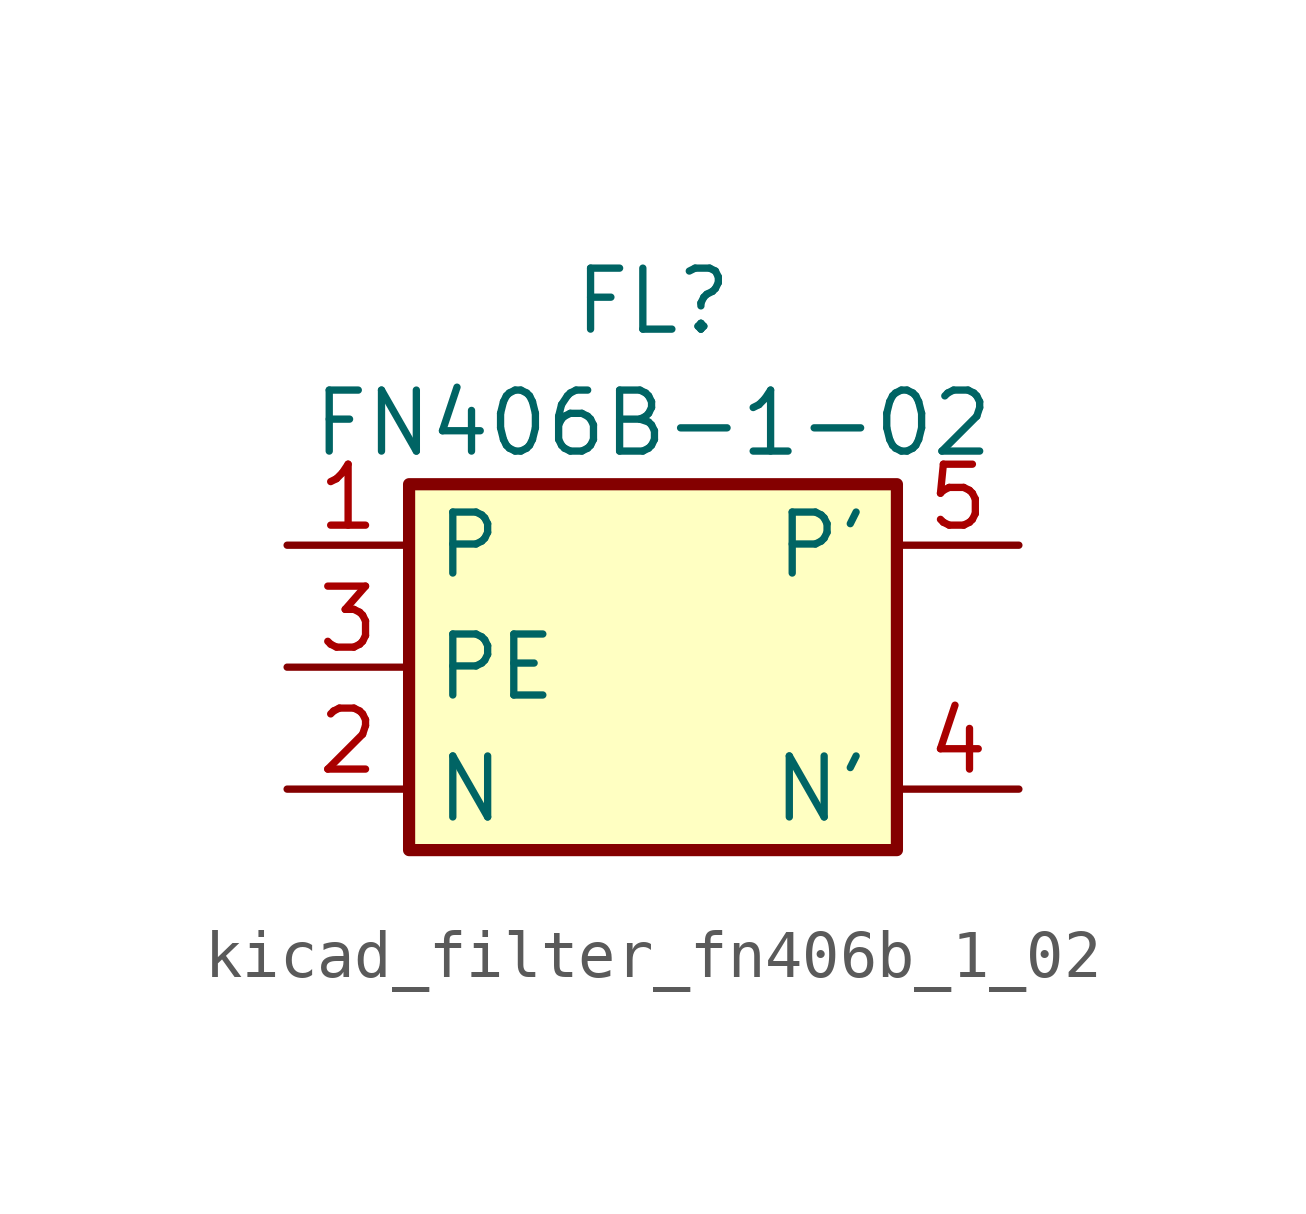
<source format=kicad_sym>
(kicad_symbol_lib
  (version 20220914)
  (generator kicad_symbol_editor)
  (symbol "kicad_filter_fn406b_1_02"
    (property "Reference" "FL"
      (at 0 7.62 0)
      (effects (font (size 1.27 1.27))))
    (property "Value" "FN406B-1-02"
      (at 0 5.08 0)
      (effects (font (size 1.27 1.27))))
    (symbol "kicad_filter_fn406b_1_02_0_1"
      (rectangle (start -5.08 3.81) (end 5.08 -3.81) (stroke (width 0.254) (type default)) (fill (type background))))
    (symbol "kicad_filter_fn406b_1_02_1_1"
      (pin passive line (at -7.62 2.54 0) (length 2.54) (name "P" (effects (font (size 1.27 1.27)))) (number "1" (effects (font (size 1.27 1.27)))))
      (pin passive line (at -7.62 -2.54 0) (length 2.54) (name "N" (effects (font (size 1.27 1.27)))) (number "2" (effects (font (size 1.27 1.27)))))
      (pin passive line (at -7.62 0 0) (length 2.54) (name "PE" (effects (font (size 1.27 1.27)))) (number "3" (effects (font (size 1.27 1.27)))))
      (pin passive line (at 7.62 -2.54 180) (length 2.54) (name "N'" (effects (font (size 1.27 1.27)))) (number "4" (effects (font (size 1.27 1.27)))))
      (pin passive line (at 7.62 2.54 180) (length 2.54) (name "P'" (effects (font (size 1.27 1.27)))) (number "5" (effects (font (size 1.27 1.27))))))))
</source>
